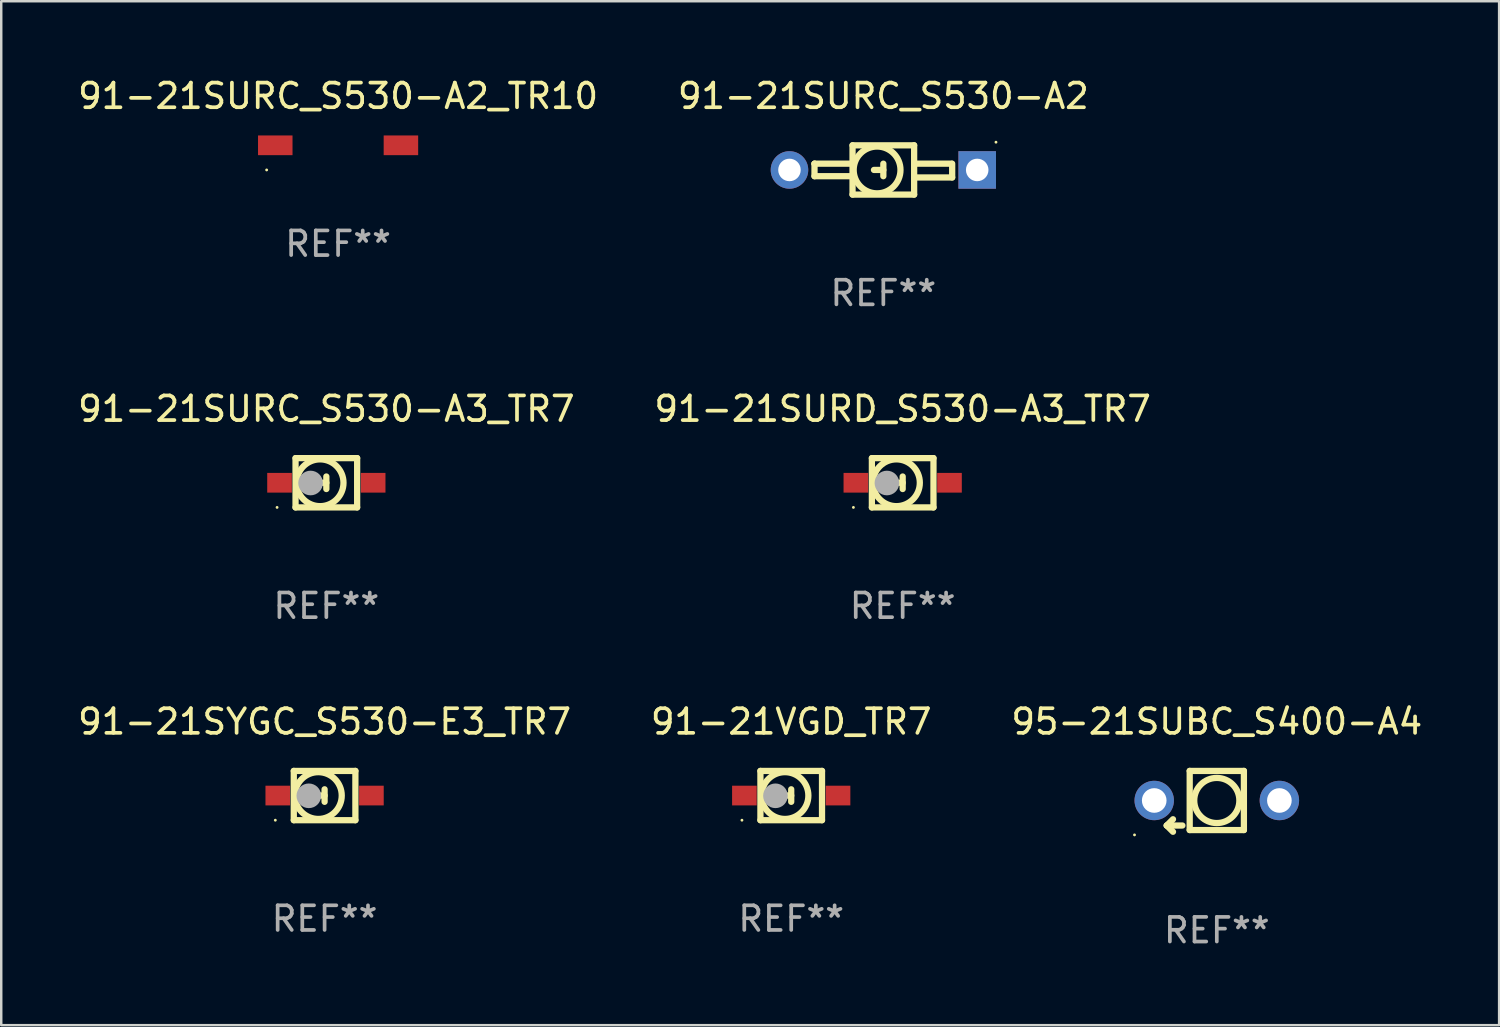
<source format=kicad_pcb>
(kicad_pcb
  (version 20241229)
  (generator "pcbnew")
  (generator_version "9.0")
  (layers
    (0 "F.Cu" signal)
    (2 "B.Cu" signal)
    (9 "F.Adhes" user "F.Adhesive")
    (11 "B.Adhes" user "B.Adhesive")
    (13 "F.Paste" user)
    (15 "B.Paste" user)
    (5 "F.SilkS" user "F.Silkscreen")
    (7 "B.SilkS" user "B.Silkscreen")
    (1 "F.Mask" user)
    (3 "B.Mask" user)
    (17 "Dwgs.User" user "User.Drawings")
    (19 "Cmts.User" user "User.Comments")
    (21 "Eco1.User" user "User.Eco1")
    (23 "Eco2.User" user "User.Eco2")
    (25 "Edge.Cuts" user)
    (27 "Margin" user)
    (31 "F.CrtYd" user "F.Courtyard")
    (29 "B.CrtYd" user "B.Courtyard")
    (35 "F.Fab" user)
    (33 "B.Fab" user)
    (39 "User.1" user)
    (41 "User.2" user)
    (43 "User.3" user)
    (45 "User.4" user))
  (footprint "95-21SUBC_S400-A4"
    (layer "F.Cu")
    (at 46.339 29.476)
    (property "Reference" "95-21SUBC_S400-A4" (at 0 -3.235 0) (layer "F.SilkS") (effects (font (size 1 1) (thickness 0.15))))
    (attr through_hole)
    (fp_line (start -2.032 0.981) (end -1.778 0.727) (stroke (width 0.254) (type solid)) (layer "F.SilkS"))
    (fp_line (start -2.032 0.981) (end -1.778 1.235) (stroke (width 0.254) (type solid)) (layer "F.SilkS"))
    (fp_line (start -1.397 0.981) (end -2.032 0.981) (stroke (width 0.254) (type solid)) (layer "F.SilkS"))
    (fp_line (start -1.1 -1.235) (end -1.1 1.165) (stroke (width 0.254) (type solid)) (layer "F.SilkS"))
    (fp_line (start -1.1 -1.235) (end 1.1 -1.235) (stroke (width 0.254) (type solid)) (layer "F.SilkS"))
    (fp_line (start -1.1 1.165) (end 1.1 1.165) (stroke (width 0.254) (type solid)) (layer "F.SilkS"))
    (fp_line (start 1.1 -1.235) (end 1.1 1.165) (stroke (width 0.254) (type solid)) (layer "F.SilkS"))
    (fp_circle (center -3.34 1.362) (end -3.31 1.362) (stroke (width 0.06) (type solid)) (fill no) (layer "F.SilkS"))
    (fp_circle (center 0 -0.035) (end 0.916 -0.035) (stroke (width 0.254) (type solid)) (fill no) (layer "F.SilkS"))
    (fp_text user "REF**" (at 0 5.235 0) (layer "F.Fab") (effects (font (size 1 1) (thickness 0.15))))
    (pad "1" thru_hole circle (at -2.54 -0.035) (size 1.6 1.6) (drill 1) (layers "*.Cu" "*.Mask"))
    (pad "2" thru_hole circle (at 2.54 -0.035) (size 1.6 1.6) (drill 1) (layers "*.Cu" "*.Mask")))
  (footprint "91-21SYGC_S530-E3_TR7"
    (layer "F.Cu")
    (at 10.125 29.241)
    (property "Reference" "91-21SYGC_S530-E3_TR7" (at 0 -3 0) (layer "F.SilkS") (effects (font (size 1 1) (thickness 0.15))))
    (attr through_hole)
    (fp_line (start -1.25 -1) (end 1.25 -1) (stroke (width 0.254) (type solid)) (layer "F.SilkS"))
    (fp_line (start -1.25 1) (end -1.25 -1) (stroke (width 0.254) (type solid)) (layer "F.SilkS"))
    (fp_line (start 0 -0.254) (end 0 0.254) (stroke (width 0.254) (type solid)) (layer "F.SilkS"))
    (fp_line (start 0 0) (end -0.381 0) (stroke (width 0.254) (type solid)) (layer "F.SilkS"))
    (fp_line (start 1.25 -1) (end 1.25 1) (stroke (width 0.254) (type solid)) (layer "F.SilkS"))
    (fp_line (start 1.25 1) (end -1.25 1) (stroke (width 0.254) (type solid)) (layer "F.SilkS"))
    (fp_circle (center -2 1) (end -1.97 1) (stroke (width 0.06) (type solid)) (fill no) (layer "F.SilkS"))
    (fp_circle (center -0.254 0) (end 0.696 0) (stroke (width 0.254) (type solid)) (fill no) (layer "F.SilkS"))
    (fp_circle (center -0.64 0.01) (end -0.39 0.01) (stroke (width 0.5) (type solid)) (fill no) (layer "F.Fab"))
    (fp_text user "REF**" (at 0 5 0) (layer "F.Fab") (effects (font (size 1 1) (thickness 0.15))))
    (pad "1" smd rect (at -1.9 0) (size 1 0.8) (layers "F.Cu" "F.Mask" "F.Paste"))
    (pad "2" smd rect (at 1.9 0) (size 1 0.8) (layers "F.Cu" "F.Mask" "F.Paste")))
  (footprint "91-21SURC_S530-A2_TR10"
    (layer "F.Cu")
    (at 10.673 2.848)
    (property "Reference" "91-21SURC_S530-A2_TR10" (at 0 -2 0) (layer "F.SilkS") (effects (font (size 1 1) (thickness 0.15))))
    (attr through_hole)
    (fp_circle (center -2.9 1) (end -2.87 1) (stroke (width 0.06) (type solid)) (fill no) (layer "F.SilkS"))
    (fp_text user "REF**" (at 0 4 0) (layer "F.Fab") (effects (font (size 1 1) (thickness 0.15))))
    (pad "1" smd rect (at -2.55 0) (size 1.4 0.8) (layers "F.Cu" "F.Mask" "F.Paste"))
    (pad "2" smd rect (at 2.55 0) (size 1.4 0.8) (layers "F.Cu" "F.Mask" "F.Paste")))
  (footprint "91-21VGD_TR7"
    (layer "F.Cu")
    (at 29.065 29.241)
    (property "Reference" "91-21VGD_TR7" (at 0 -3 0) (layer "F.SilkS") (effects (font (size 1 1) (thickness 0.15))))
    (attr through_hole)
    (fp_line (start -1.25 -1) (end 1.25 -1) (stroke (width 0.254) (type solid)) (layer "F.SilkS"))
    (fp_line (start -1.25 1) (end -1.25 -1) (stroke (width 0.254) (type solid)) (layer "F.SilkS"))
    (fp_line (start 0 -0.254) (end 0 0.254) (stroke (width 0.254) (type solid)) (layer "F.SilkS"))
    (fp_line (start 0 0) (end -0.381 0) (stroke (width 0.254) (type solid)) (layer "F.SilkS"))
    (fp_line (start 1.25 -1) (end 1.25 1) (stroke (width 0.254) (type solid)) (layer "F.SilkS"))
    (fp_line (start 1.25 1) (end -1.25 1) (stroke (width 0.254) (type solid)) (layer "F.SilkS"))
    (fp_circle (center -2 1) (end -1.97 1) (stroke (width 0.06) (type solid)) (fill no) (layer "F.SilkS"))
    (fp_circle (center -0.254 0) (end 0.696 0) (stroke (width 0.254) (type solid)) (fill no) (layer "F.SilkS"))
    (fp_circle (center -0.64 0.01) (end -0.39 0.01) (stroke (width 0.5) (type solid)) (fill no) (layer "F.Fab"))
    (fp_text user "REF**" (at 0 5 0) (layer "F.Fab") (effects (font (size 1 1) (thickness 0.15))))
    (pad "1" smd rect (at -1.9 0) (size 1 0.8) (layers "F.Cu" "F.Mask" "F.Paste"))
    (pad "2" smd rect (at 1.9 0) (size 1 0.8) (layers "F.Cu" "F.Mask" "F.Paste")))
  (footprint "91-21SURC_S530-A2"
    (layer "F.Cu")
    (at 32.804 3.848)
    (property "Reference" "91-21SURC_S530-A2" (at 0 -3 0) (layer "F.SilkS") (effects (font (size 1 1) (thickness 0.15))))
    (attr through_hole)
    (fp_line (start -2.794 -0.254) (end -2.794 -0.254) (stroke (width 0.254) (type solid)) (layer "F.SilkS"))
    (fp_line (start -2.794 -0.254) (end -2.794 0.254) (stroke (width 0.254) (type solid)) (layer "F.SilkS"))
    (fp_line (start -2.794 0.254) (end -1.27 0.254) (stroke (width 0.254) (type solid)) (layer "F.SilkS"))
    (fp_line (start -1.27 -0.254) (end -2.794 -0.254) (stroke (width 0.254) (type solid)) (layer "F.SilkS"))
    (fp_line (start -1.25 -1) (end 1.25 -1) (stroke (width 0.254) (type solid)) (layer "F.SilkS"))
    (fp_line (start -1.25 1) (end -1.25 -1) (stroke (width 0.254) (type solid)) (layer "F.SilkS"))
    (fp_line (start 0 -0.254) (end 0 0.254) (stroke (width 0.254) (type solid)) (layer "F.SilkS"))
    (fp_line (start 0 0) (end -0.381 0) (stroke (width 0.254) (type solid)) (layer "F.SilkS"))
    (fp_line (start 1.25 -1) (end 1.25 1) (stroke (width 0.254) (type solid)) (layer "F.SilkS"))
    (fp_line (start 1.25 0.305) (end 2.794 0.305) (stroke (width 0.254) (type solid)) (layer "F.SilkS"))
    (fp_line (start 1.25 1) (end -1.25 1) (stroke (width 0.254) (type solid)) (layer "F.SilkS"))
    (fp_line (start 1.27 -0.254) (end 2.773 -0.254) (stroke (width 0.254) (type solid)) (layer "F.SilkS"))
    (fp_line (start 2.794 0.305) (end 2.794 -0.254) (stroke (width 0.254) (type solid)) (layer "F.SilkS"))
    (fp_circle (center -0.254 0) (end 0.696 0) (stroke (width 0.254) (type solid)) (fill no) (layer "F.SilkS"))
    (fp_circle (center 4.572 -1.127) (end 4.602 -1.127) (stroke (width 0.06) (type solid)) (fill no) (layer "F.SilkS"))
    (fp_text user "REF**" (at 0 5 0) (layer "F.Fab") (effects (font (size 1 1) (thickness 0.15))))
    (pad "1" thru_hole rect (at 3.81 0) (size 1.524 1.524) (drill 0.914) (layers "*.Cu" "*.Mask"))
    (pad "2" thru_hole circle (at -3.81 0) (size 1.524 1.524) (drill 0.914) (layers "*.Cu" "*.Mask")))
  (footprint "91-21SURC_S530-A3_TR7"
    (layer "F.Cu")
    (at 10.196 16.545)
    (property "Reference" "91-21SURC_S530-A3_TR7" (at 0 -3 0) (layer "F.SilkS") (effects (font (size 1 1) (thickness 0.15))))
    (attr through_hole)
    (fp_line (start -1.25 -1) (end 1.25 -1) (stroke (width 0.254) (type solid)) (layer "F.SilkS"))
    (fp_line (start -1.25 1) (end -1.25 -1) (stroke (width 0.254) (type solid)) (layer "F.SilkS"))
    (fp_line (start 0 -0.254) (end 0 0.254) (stroke (width 0.254) (type solid)) (layer "F.SilkS"))
    (fp_line (start 0 0) (end -0.381 0) (stroke (width 0.254) (type solid)) (layer "F.SilkS"))
    (fp_line (start 1.25 -1) (end 1.25 1) (stroke (width 0.254) (type solid)) (layer "F.SilkS"))
    (fp_line (start 1.25 1) (end -1.25 1) (stroke (width 0.254) (type solid)) (layer "F.SilkS"))
    (fp_circle (center -2 1) (end -1.97 1) (stroke (width 0.06) (type solid)) (fill no) (layer "F.SilkS"))
    (fp_circle (center -0.254 0) (end 0.696 0) (stroke (width 0.254) (type solid)) (fill no) (layer "F.SilkS"))
    (fp_circle (center -0.64 0.01) (end -0.39 0.01) (stroke (width 0.5) (type solid)) (fill no) (layer "F.Fab"))
    (fp_text user "REF**" (at 0 5 0) (layer "F.Fab") (effects (font (size 1 1) (thickness 0.15))))
    (pad "1" smd rect (at -1.9 0) (size 1 0.8) (layers "F.Cu" "F.Mask" "F.Paste"))
    (pad "2" smd rect (at 1.9 0) (size 1 0.8) (layers "F.Cu" "F.Mask" "F.Paste")))
  (footprint "91-21SURD_S530-A3_TR7"
    (layer "F.Cu")
    (at 33.589 16.545)
    (property "Reference" "91-21SURD_S530-A3_TR7" (at 0 -3 0) (layer "F.SilkS") (effects (font (size 1 1) (thickness 0.15))))
    (attr through_hole)
    (fp_line (start -1.25 -1) (end 1.25 -1) (stroke (width 0.254) (type solid)) (layer "F.SilkS"))
    (fp_line (start -1.25 1) (end -1.25 -1) (stroke (width 0.254) (type solid)) (layer "F.SilkS"))
    (fp_line (start 0 -0.254) (end 0 0.254) (stroke (width 0.254) (type solid)) (layer "F.SilkS"))
    (fp_line (start 0 0) (end -0.381 0) (stroke (width 0.254) (type solid)) (layer "F.SilkS"))
    (fp_line (start 1.25 -1) (end 1.25 1) (stroke (width 0.254) (type solid)) (layer "F.SilkS"))
    (fp_line (start 1.25 1) (end -1.25 1) (stroke (width 0.254) (type solid)) (layer "F.SilkS"))
    (fp_circle (center -2 1) (end -1.97 1) (stroke (width 0.06) (type solid)) (fill no) (layer "F.SilkS"))
    (fp_circle (center -0.254 0) (end 0.696 0) (stroke (width 0.254) (type solid)) (fill no) (layer "F.SilkS"))
    (fp_circle (center -0.64 0.01) (end -0.39 0.01) (stroke (width 0.5) (type solid)) (fill no) (layer "F.Fab"))
    (fp_text user "REF**" (at 0 5 0) (layer "F.Fab") (effects (font (size 1 1) (thickness 0.15))))
    (pad "1" smd rect (at -1.9 0) (size 1 0.8) (layers "F.Cu" "F.Mask" "F.Paste"))
    (pad "2" smd rect (at 1.9 0) (size 1 0.8) (layers "F.Cu" "F.Mask" "F.Paste")))
  (gr_rect
    (start -3 -3)
    (end 57.798 38.56)
    (stroke (width 0.1) (type default))
    (fill no)
    (layer "Edge.Cuts")))
</source>
